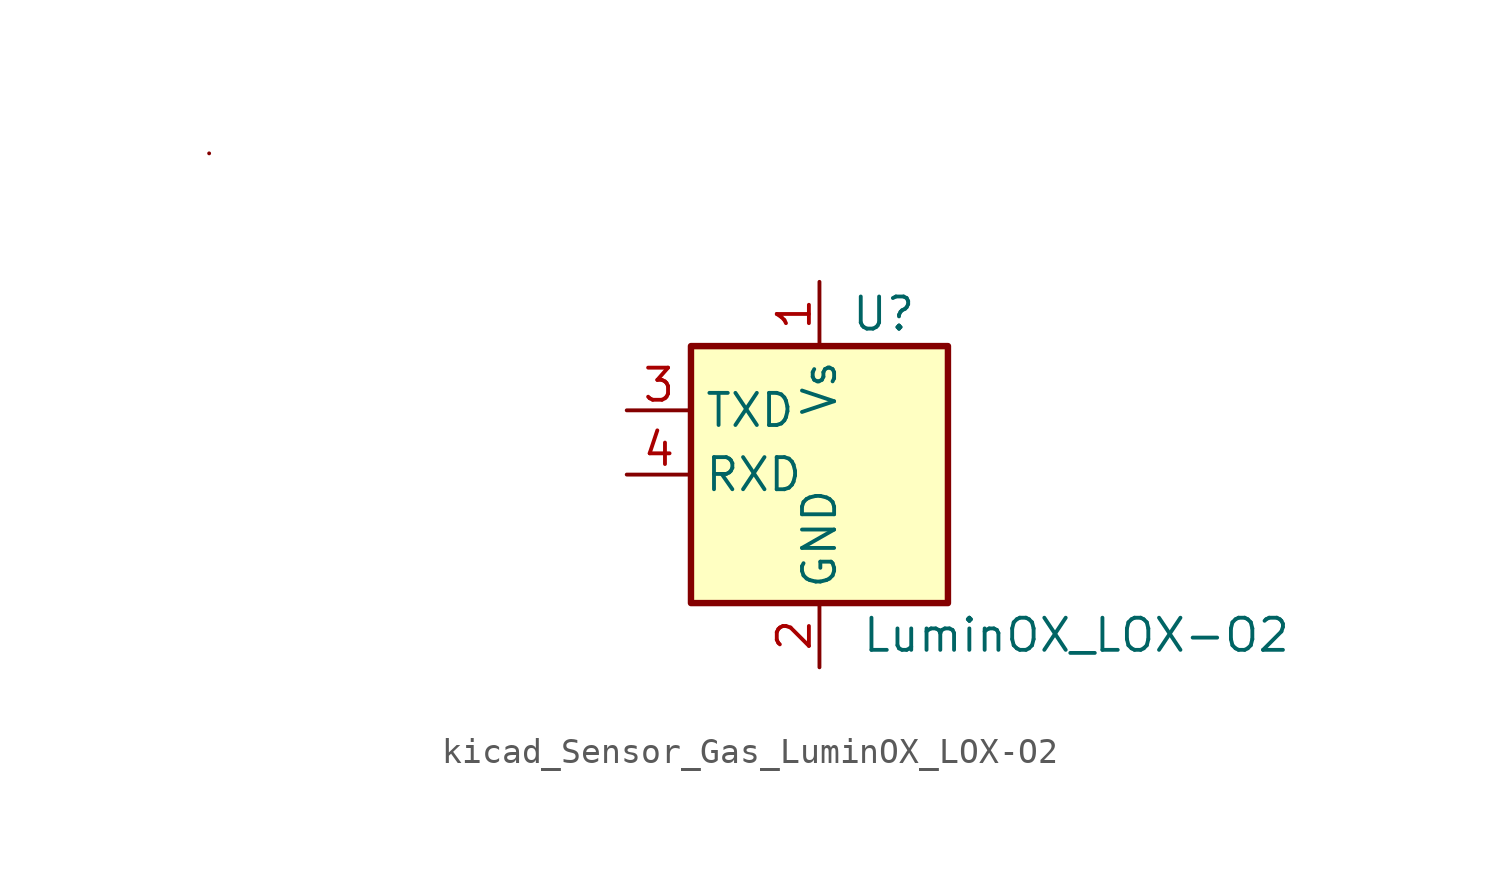
<source format=kicad_sym>
(kicad_symbol_lib
  (version 20220914)
  (generator kicad_symbol_editor)
  (symbol "kicad_Sensor_Gas_LuminOX_LOX-O2"
    (property "Reference" "U"
      (at 2.54 6.35 0)
      (effects (font (size 1.27 1.27))))
    (property "Value" "LuminOX_LOX-O2"
      (at 10.16 -6.35 0)
      (effects (font (size 1.27 1.27))))
    (symbol "kicad_Sensor_Gas_LuminOX_LOX-O2_0_1"
      (rectangle (start -24.13 12.7) (end -24.13 12.7) (stroke (width 0) (type default)) (fill (type none)))
      (rectangle (start -5.08 5.08) (end 5.08 -5.08) (stroke (width 0.254) (type default)) (fill (type background))))
    (symbol "kicad_Sensor_Gas_LuminOX_LOX-O2_1_1"
      (pin power_in line (at 0 7.62 270) (length 2.54) (name "Vs" (effects (font (size 1.27 1.27)))) (number "1" (effects (font (size 1.27 1.27)))))
      (pin power_in line (at 0 -7.62 90) (length 2.54) (name "GND" (effects (font (size 1.27 1.27)))) (number "2" (effects (font (size 1.27 1.27)))))
      (pin output line (at -7.62 2.54 0) (length 2.54) (name "TXD" (effects (font (size 1.27 1.27)))) (number "3" (effects (font (size 1.27 1.27)))))
      (pin input line (at -7.62 0 0) (length 2.54) (name "RXD" (effects (font (size 1.27 1.27)))) (number "4" (effects (font (size 1.27 1.27))))))))
</source>
